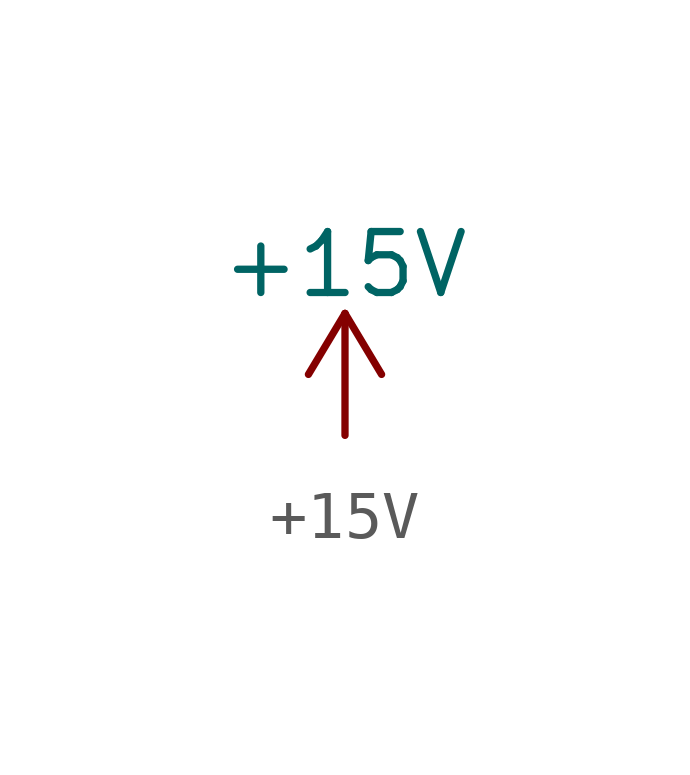
<source format=kicad_sym>
(kicad_symbol_lib
  (version 20220914)
  (generator kicad_symbol_editor)
  (symbol "+15V"
    (power)
    (pin_names
      (offset 0))
    (property "Reference" "#PWR"
      (at 0 -3.81 0)
      (effects (font (size 1.27 1.27)) hide))
    (property "Value" "+15V"
      (at 0 3.556 0)
      (effects (font (size 1.27 1.27))))
    (symbol "+15V_0_1"
      (polyline (pts (xy -0.762 1.27) (xy 0 2.54)) (stroke (width 0) (type solid)) (fill (type none)))
      (polyline (pts (xy 0 0) (xy 0 2.54)) (stroke (width 0) (type solid)) (fill (type none)))
      (polyline (pts (xy 0 2.54) (xy 0.762 1.27)) (stroke (width 0) (type solid)) (fill (type none))))
    (symbol "+15V_1_1"
      (pin power_in line (at 0 0 90) (length 0) hide (name "+15V" (effects (font (size 1.27 1.27)))) (number "1" (effects (font (size 1.27 1.27))))))))
</source>
